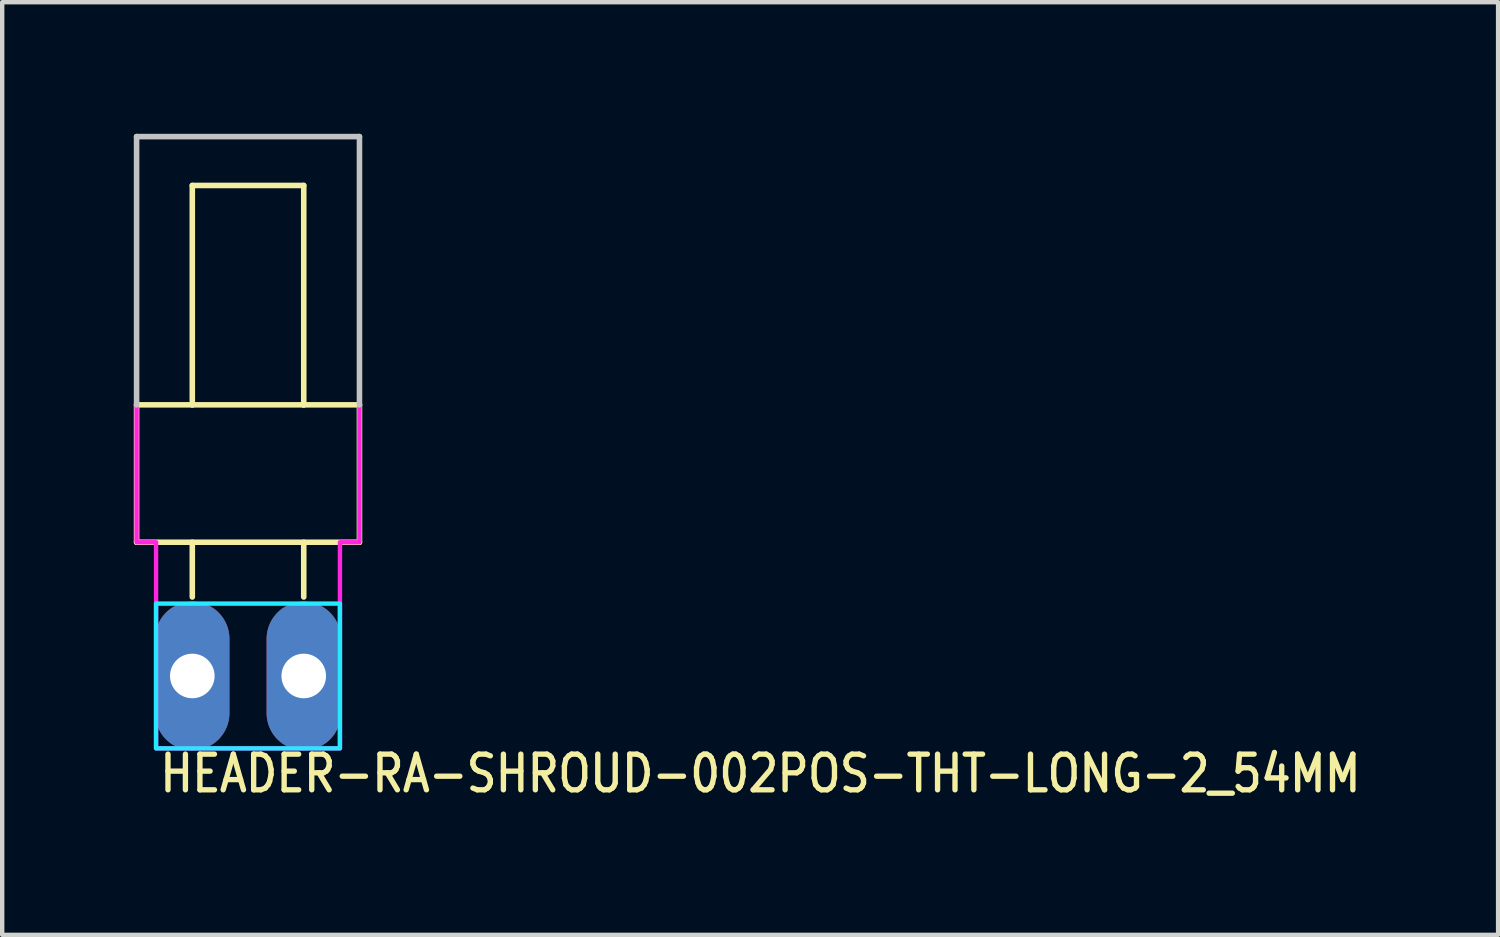
<source format=kicad_pcb>
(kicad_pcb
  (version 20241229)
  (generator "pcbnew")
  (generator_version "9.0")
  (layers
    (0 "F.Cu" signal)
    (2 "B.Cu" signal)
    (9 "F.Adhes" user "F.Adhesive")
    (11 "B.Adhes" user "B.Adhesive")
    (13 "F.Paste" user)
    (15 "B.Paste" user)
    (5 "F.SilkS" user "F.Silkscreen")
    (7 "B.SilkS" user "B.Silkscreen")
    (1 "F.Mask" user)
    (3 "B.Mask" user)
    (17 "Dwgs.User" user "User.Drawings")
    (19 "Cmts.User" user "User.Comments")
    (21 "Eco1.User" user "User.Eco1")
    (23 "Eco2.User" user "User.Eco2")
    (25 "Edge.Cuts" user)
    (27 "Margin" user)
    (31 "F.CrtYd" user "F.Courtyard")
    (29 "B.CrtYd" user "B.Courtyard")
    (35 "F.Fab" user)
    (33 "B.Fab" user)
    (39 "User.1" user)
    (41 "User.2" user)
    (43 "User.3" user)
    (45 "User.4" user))
  (footprint "HEADER-RA-SHROUD-002POS-THT-LONG-2_54MM"
    (layer "F.Cu")
    (at 1.333 12.357)
    (property "Reference" "HEADER-RA-SHROUD-002POS-THT-LONG-2_54MM" (at -0.8 2.7 0) (unlocked yes) (layer "F.SilkS") (effects (font (size 0.813 0.695) (thickness 0.122)) (justify left bottom)))
    (fp_line (start -1.27 -6.18) (end -1.27 -3.048) (stroke (width 0.127) (type solid)) (layer "F.SilkS"))
    (fp_line (start -1.27 -3.048) (end 3.81 -3.048) (stroke (width 0.127) (type solid)) (layer "F.SilkS"))
    (fp_line (start 0 -11.18) (end 0 -6.18) (stroke (width 0.127) (type solid)) (layer "F.SilkS"))
    (fp_line (start 0 -6.18) (end -1.27 -6.18) (stroke (width 0.127) (type solid)) (layer "F.SilkS"))
    (fp_line (start 0 -1.8) (end 0 -3.048) (stroke (width 0.127) (type solid)) (layer "F.SilkS"))
    (fp_line (start 2.54 -11.18) (end 0 -11.18) (stroke (width 0.127) (type solid)) (layer "F.SilkS"))
    (fp_line (start 2.54 -6.18) (end 0 -6.18) (stroke (width 0.127) (type solid)) (layer "F.SilkS"))
    (fp_line (start 2.54 -6.18) (end 2.54 -11.18) (stroke (width 0.127) (type solid)) (layer "F.SilkS"))
    (fp_line (start 2.54 -1.8) (end 2.54 -3.048) (stroke (width 0.127) (type solid)) (layer "F.SilkS"))
    (fp_line (start 3.81 -6.18) (end 2.54 -6.18) (stroke (width 0.127) (type solid)) (layer "F.SilkS"))
    (fp_line (start 3.81 -3.048) (end 3.81 -6.18) (stroke (width 0.127) (type solid)) (layer "F.SilkS"))
    (fp_line (start -1.27 -12.294) (end 3.81 -12.294) (stroke (width 0.127) (type solid)) (layer "Dwgs.User"))
    (fp_line (start -1.27 -6.18) (end -1.27 -12.294) (stroke (width 0.127) (type solid)) (layer "Dwgs.User"))
    (fp_line (start 3.81 -12.294) (end 3.81 -6.18) (stroke (width 0.127) (type solid)) (layer "Dwgs.User"))
    (fp_poly (pts (xy -0.826 -1.65) (xy -0.826 1.65) (xy 3.365 1.65) (xy 3.365 -1.65)) (stroke (width 0.1) (type solid)) (fill no) (layer "B.CrtYd"))
    (fp_poly (pts (xy -1.27 -12.294) (xy -1.27 -3.048) (xy -0.826 -3.048) (xy -0.826 1.65) (xy 3.365 1.65) (xy 3.365 -3.048) (xy 3.81 -3.048) (xy 3.81 -12.294)) (stroke (width 0.1) (type solid)) (fill no) (layer "F.CrtYd"))
    (pad "P$1" thru_hole oval (at 0 0 90) (size 3.387 1.693) (drill 1.016) (layers "*.Cu" "*.Mask"))
    (pad "P$2" thru_hole oval (at 2.54 0 90) (size 3.387 1.693) (drill 1.016) (layers "*.Cu" "*.Mask")))
  (gr_rect
    (start -3 -3)
    (end 31.095 18.257)
    (stroke (width 0.1) (type default))
    (fill no)
    (layer "Edge.Cuts")))
</source>
